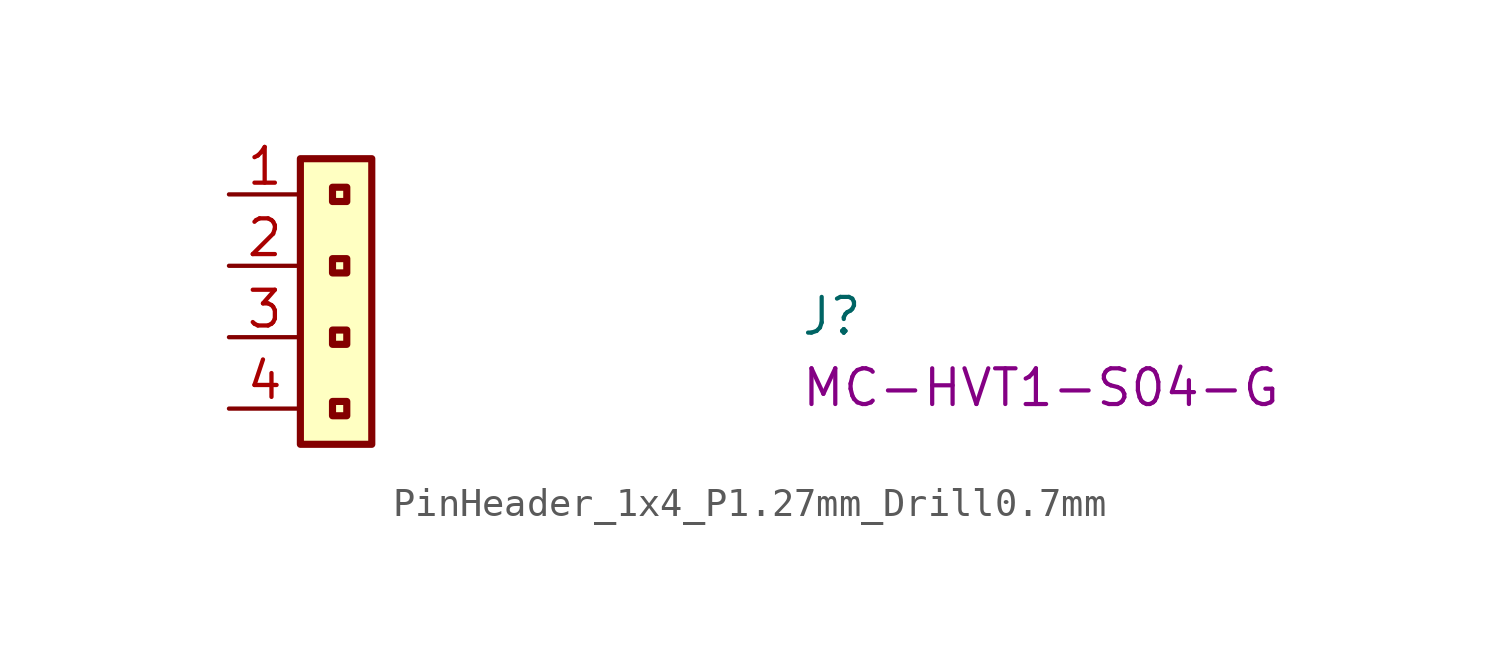
<source format=kicad_sym>
(kicad_symbol_lib
  (version 20220914)
  (generator kicad_symbol_editor)
  (symbol "PinHeader_1x4_P1.27mm_Drill0.7mm"
    (property "Reference" "J"
      (at 20.32 -5.08 0)
      (effects (font (size 1.27 1.27) (thickness 0.15)) (justify left bottom)))
    (property "MPN" "MC-HVT1-S04-G"
      (at 20.32 -7.62 0)
      (effects (font (size 1.27 1.27) (thickness 0.15)) (justify left bottom)))
    (symbol "PinHeader_1x4_P1.27mm_Drill0.7mm_1_1"
      (rectangle (start 4.191 -7.874) (end 3.683 -7.366) (stroke (width 0.254) (type default)) (fill (type background)))
      (rectangle (start 4.191 -5.334) (end 3.683 -4.826) (stroke (width 0.254) (type default)) (fill (type background)))
      (rectangle (start 4.191 -2.794) (end 3.683 -2.286) (stroke (width 0.254) (type default)) (fill (type background)))
      (rectangle (start 4.191 -0.254) (end 3.683 0.254) (stroke (width 0.254) (type default)) (fill (type background)))
      (rectangle (start 5.08 -8.89) (end 2.54 1.27) (stroke (width 0.254) (type default)) (fill (type background)))
      (pin passive line (at 0 0 0) (length 2.54) (name "~" (effects (font (size 1.27 1.27)))) (number "1" (effects (font (size 1.27 1.27)))))
      (pin passive line (at 0 -2.54 0) (length 2.54) (name "~" (effects (font (size 1.27 1.27)))) (number "2" (effects (font (size 1.27 1.27)))))
      (pin passive line (at 0 -5.08 0) (length 2.54) (name "~" (effects (font (size 1.27 1.27)))) (number "3" (effects (font (size 1.27 1.27)))))
      (pin passive line (at 0 -7.62 0) (length 2.54) (name "~" (effects (font (size 1.27 1.27)))) (number "4" (effects (font (size 1.27 1.27))))))))
</source>
